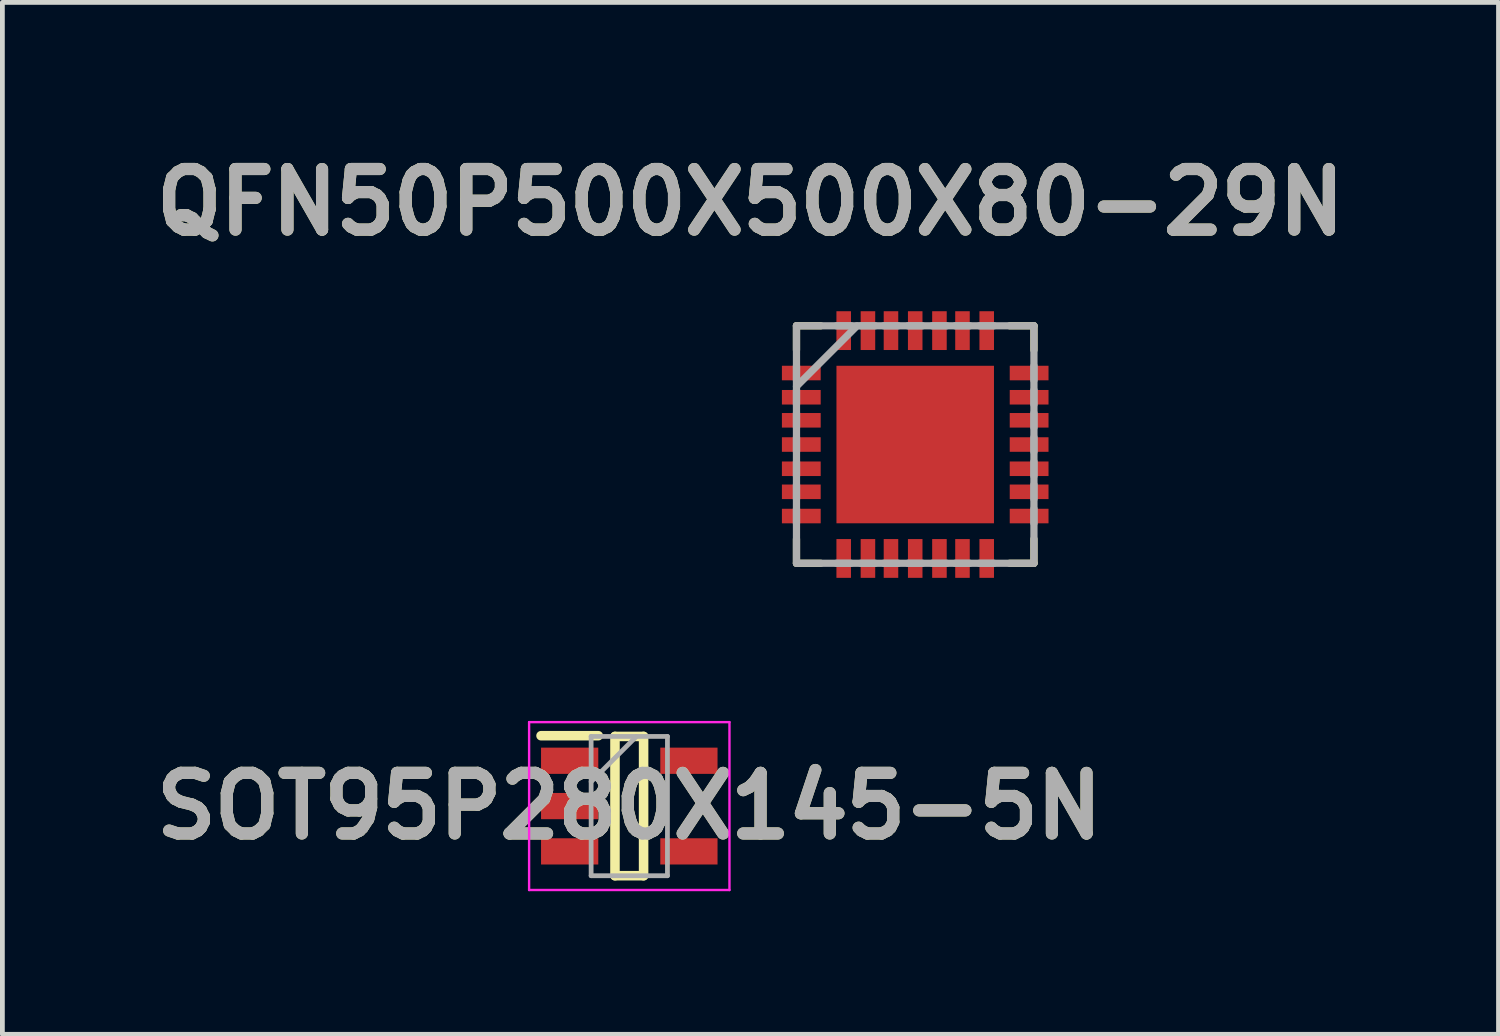
<source format=kicad_pcb>
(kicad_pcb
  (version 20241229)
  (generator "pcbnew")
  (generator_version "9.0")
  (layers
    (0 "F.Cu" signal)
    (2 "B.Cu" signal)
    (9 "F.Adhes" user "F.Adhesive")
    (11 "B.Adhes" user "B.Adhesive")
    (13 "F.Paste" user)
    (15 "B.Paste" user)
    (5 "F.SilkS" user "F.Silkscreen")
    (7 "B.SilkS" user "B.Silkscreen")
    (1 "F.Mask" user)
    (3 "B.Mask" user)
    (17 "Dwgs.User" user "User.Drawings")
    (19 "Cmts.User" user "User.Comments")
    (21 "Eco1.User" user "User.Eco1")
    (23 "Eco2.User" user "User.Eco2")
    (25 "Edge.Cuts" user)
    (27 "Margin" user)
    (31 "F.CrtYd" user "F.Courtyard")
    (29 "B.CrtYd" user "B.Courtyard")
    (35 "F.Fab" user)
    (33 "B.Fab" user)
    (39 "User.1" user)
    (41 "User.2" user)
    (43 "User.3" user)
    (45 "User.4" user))
  (footprint "SOT95P280X145-5N"
    (layer "F.Cu")
    (at 10.142 13.848)
    (property "Reference" "SOT95P280X145-5N" (at 0 0 0) (layer "F.SilkS") (effects (font (size 1.27 1.27) (thickness 0.254))))
    (attr smd)
    (fp_line (start -1.85 -1.475) (end -0.65 -1.475) (stroke (width 0.2) (type solid)) (layer "F.SilkS"))
    (fp_line (start -0.3 -1.46) (end 0.3 -1.46) (stroke (width 0.2) (type solid)) (layer "F.SilkS"))
    (fp_line (start -0.3 1.46) (end -0.3 -1.46) (stroke (width 0.2) (type solid)) (layer "F.SilkS"))
    (fp_line (start 0.3 -1.46) (end 0.3 1.46) (stroke (width 0.2) (type solid)) (layer "F.SilkS"))
    (fp_line (start 0.3 1.46) (end -0.3 1.46) (stroke (width 0.2) (type solid)) (layer "F.SilkS"))
    (fp_line (start -2.1 -1.76) (end 2.1 -1.76) (stroke (width 0.05) (type solid)) (layer "F.CrtYd"))
    (fp_line (start -2.1 1.76) (end -2.1 -1.76) (stroke (width 0.05) (type solid)) (layer "F.CrtYd"))
    (fp_line (start 2.1 -1.76) (end 2.1 1.76) (stroke (width 0.05) (type solid)) (layer "F.CrtYd"))
    (fp_line (start 2.1 1.76) (end -2.1 1.76) (stroke (width 0.05) (type solid)) (layer "F.CrtYd"))
    (fp_line (start -0.8 -1.46) (end 0.8 -1.46) (stroke (width 0.1) (type solid)) (layer "F.Fab"))
    (fp_line (start -0.8 -0.51) (end 0.15 -1.46) (stroke (width 0.1) (type solid)) (layer "F.Fab"))
    (fp_line (start -0.8 1.46) (end -0.8 -1.46) (stroke (width 0.1) (type solid)) (layer "F.Fab"))
    (fp_line (start 0.8 -1.46) (end 0.8 1.46) (stroke (width 0.1) (type solid)) (layer "F.Fab"))
    (fp_line (start 0.8 1.46) (end -0.8 1.46) (stroke (width 0.1) (type solid)) (layer "F.Fab"))
    (fp_text user "${REFERENCE}" (at 0 0 0) (layer "F.Fab") (effects (font (size 1.27 1.27) (thickness 0.254))))
    (pad "1" smd rect (at -1.25 -0.95 90) (size 0.55 1.2) (layers "F.Cu" "F.Mask" "F.Paste"))
    (pad "2" smd rect (at -1.25 0 90) (size 0.55 1.2) (layers "F.Cu" "F.Mask" "F.Paste"))
    (pad "3" smd rect (at -1.25 0.95 90) (size 0.55 1.2) (layers "F.Cu" "F.Mask" "F.Paste"))
    (pad "4" smd rect (at 1.25 0.95 90) (size 0.55 1.2) (layers "F.Cu" "F.Mask" "F.Paste"))
    (pad "5" smd rect (at 1.25 -0.95 90) (size 0.55 1.2) (layers "F.Cu" "F.Mask" "F.Paste")))
  (footprint "QFN50P500X500X80-29N"
    (layer "F.Cu")
    (at 16.136 6.269)
    (property "Reference" "QFN50P500X500X80-29N" (at -3.454 -5.08 0) (layer "F.SilkS") (effects (font (size 1.27 1.27) (thickness 0.254))))
    (attr smd)
    (fp_line (start -2.489 -2.489) (end -2.489 -1.981) (stroke (width 0.152) (type solid)) (layer "F.SilkS"))
    (fp_line (start -2.489 1.981) (end -2.489 2.489) (stroke (width 0.152) (type solid)) (layer "F.SilkS"))
    (fp_line (start -2.489 2.489) (end -1.981 2.489) (stroke (width 0.152) (type solid)) (layer "F.SilkS"))
    (fp_line (start -1.981 -2.489) (end -2.489 -2.489) (stroke (width 0.152) (type solid)) (layer "F.SilkS"))
    (fp_line (start 1.981 2.489) (end 2.489 2.489) (stroke (width 0.152) (type solid)) (layer "F.SilkS"))
    (fp_line (start 2.489 -2.489) (end 1.981 -2.489) (stroke (width 0.152) (type solid)) (layer "F.SilkS"))
    (fp_line (start 2.489 -1.981) (end 2.489 -2.489) (stroke (width 0.152) (type solid)) (layer "F.SilkS"))
    (fp_line (start 2.489 2.489) (end 2.489 1.981) (stroke (width 0.152) (type solid)) (layer "F.SilkS"))
    (fp_line (start -2.489 -2.489) (end -2.489 2.489) (stroke (width 0.152) (type solid)) (layer "F.Fab"))
    (fp_line (start -2.489 -1.651) (end -2.489 -1.346) (stroke (width 0.152) (type solid)) (layer "F.Fab"))
    (fp_line (start -2.489 -1.219) (end -1.219 -2.489) (stroke (width 0.152) (type solid)) (layer "F.Fab"))
    (fp_line (start -2.489 -1.143) (end -2.489 -0.838) (stroke (width 0.152) (type solid)) (layer "F.Fab"))
    (fp_line (start -2.489 -0.66) (end -2.489 -0.356) (stroke (width 0.152) (type solid)) (layer "F.Fab"))
    (fp_line (start -2.489 -0.152) (end -2.489 0.152) (stroke (width 0.152) (type solid)) (layer "F.Fab"))
    (fp_line (start -2.489 0.356) (end -2.489 0.66) (stroke (width 0.152) (type solid)) (layer "F.Fab"))
    (fp_line (start -2.489 0.838) (end -2.489 1.143) (stroke (width 0.152) (type solid)) (layer "F.Fab"))
    (fp_line (start -2.489 1.346) (end -2.489 1.651) (stroke (width 0.152) (type solid)) (layer "F.Fab"))
    (fp_line (start -2.489 2.489) (end 2.489 2.489) (stroke (width 0.152) (type solid)) (layer "F.Fab"))
    (fp_line (start -1.651 2.489) (end -1.346 2.489) (stroke (width 0.152) (type solid)) (layer "F.Fab"))
    (fp_line (start -1.346 -2.489) (end -1.651 -2.489) (stroke (width 0.152) (type solid)) (layer "F.Fab"))
    (fp_line (start -1.143 2.489) (end -0.838 2.489) (stroke (width 0.152) (type solid)) (layer "F.Fab"))
    (fp_line (start -0.838 -2.489) (end -1.143 -2.489) (stroke (width 0.152) (type solid)) (layer "F.Fab"))
    (fp_line (start -0.66 2.489) (end -0.356 2.489) (stroke (width 0.152) (type solid)) (layer "F.Fab"))
    (fp_line (start -0.356 -2.489) (end -0.66 -2.489) (stroke (width 0.152) (type solid)) (layer "F.Fab"))
    (fp_line (start -0.152 2.489) (end 0.152 2.489) (stroke (width 0.152) (type solid)) (layer "F.Fab"))
    (fp_line (start 0.152 -2.489) (end -0.152 -2.489) (stroke (width 0.152) (type solid)) (layer "F.Fab"))
    (fp_line (start 0.356 2.489) (end 0.66 2.489) (stroke (width 0.152) (type solid)) (layer "F.Fab"))
    (fp_line (start 0.66 -2.489) (end 0.356 -2.489) (stroke (width 0.152) (type solid)) (layer "F.Fab"))
    (fp_line (start 0.838 2.489) (end 1.143 2.489) (stroke (width 0.152) (type solid)) (layer "F.Fab"))
    (fp_line (start 1.143 -2.489) (end 0.838 -2.489) (stroke (width 0.152) (type solid)) (layer "F.Fab"))
    (fp_line (start 1.346 2.489) (end 1.651 2.489) (stroke (width 0.152) (type solid)) (layer "F.Fab"))
    (fp_line (start 1.651 -2.489) (end 1.346 -2.489) (stroke (width 0.152) (type solid)) (layer "F.Fab"))
    (fp_line (start 2.489 -2.489) (end -2.489 -2.489) (stroke (width 0.152) (type solid)) (layer "F.Fab"))
    (fp_line (start 2.489 -1.346) (end 2.489 -1.651) (stroke (width 0.152) (type solid)) (layer "F.Fab"))
    (fp_line (start 2.489 -0.838) (end 2.489 -1.143) (stroke (width 0.152) (type solid)) (layer "F.Fab"))
    (fp_line (start 2.489 -0.356) (end 2.489 -0.66) (stroke (width 0.152) (type solid)) (layer "F.Fab"))
    (fp_line (start 2.489 0.152) (end 2.489 -0.152) (stroke (width 0.152) (type solid)) (layer "F.Fab"))
    (fp_line (start 2.489 0.66) (end 2.489 0.356) (stroke (width 0.152) (type solid)) (layer "F.Fab"))
    (fp_line (start 2.489 1.143) (end 2.489 0.838) (stroke (width 0.152) (type solid)) (layer "F.Fab"))
    (fp_line (start 2.489 1.651) (end 2.489 1.346) (stroke (width 0.152) (type solid)) (layer "F.Fab"))
    (fp_line (start 2.489 2.489) (end 2.489 -2.489) (stroke (width 0.152) (type solid)) (layer "F.Fab"))
    (fp_text user "${REFERENCE}" (at -3.454 -5.08 0) (layer "F.Fab") (effects (font (size 1.27 1.27) (thickness 0.254))))
    (pad "1" smd rect (at -2.388 -1.499 90) (size 0.305 0.813) (layers "F.Cu" "F.Mask" "F.Paste"))
    (pad "2" smd rect (at -2.388 -0.991 90) (size 0.305 0.813) (layers "F.Cu" "F.Mask" "F.Paste"))
    (pad "3" smd rect (at -2.388 -0.508 90) (size 0.305 0.813) (layers "F.Cu" "F.Mask" "F.Paste"))
    (pad "4" smd rect (at -2.388 0 90) (size 0.305 0.813) (layers "F.Cu" "F.Mask" "F.Paste"))
    (pad "5" smd rect (at -2.388 0.508 90) (size 0.305 0.813) (layers "F.Cu" "F.Mask" "F.Paste"))
    (pad "6" smd rect (at -2.388 0.991 90) (size 0.305 0.813) (layers "F.Cu" "F.Mask" "F.Paste"))
    (pad "7" smd rect (at -2.388 1.499 90) (size 0.305 0.813) (layers "F.Cu" "F.Mask" "F.Paste"))
    (pad "8" smd rect (at -1.499 2.388) (size 0.305 0.813) (layers "F.Cu" "F.Mask" "F.Paste"))
    (pad "9" smd rect (at -0.991 2.388) (size 0.305 0.813) (layers "F.Cu" "F.Mask" "F.Paste"))
    (pad "10" smd rect (at -0.508 2.388) (size 0.305 0.813) (layers "F.Cu" "F.Mask" "F.Paste"))
    (pad "11" smd rect (at 0 2.388) (size 0.305 0.813) (layers "F.Cu" "F.Mask" "F.Paste"))
    (pad "12" smd rect (at 0.508 2.388) (size 0.305 0.813) (layers "F.Cu" "F.Mask" "F.Paste"))
    (pad "13" smd rect (at 0.991 2.388) (size 0.305 0.813) (layers "F.Cu" "F.Mask" "F.Paste"))
    (pad "14" smd rect (at 1.499 2.388) (size 0.305 0.813) (layers "F.Cu" "F.Mask" "F.Paste"))
    (pad "15" smd rect (at 2.388 1.499 90) (size 0.305 0.813) (layers "F.Cu" "F.Mask" "F.Paste"))
    (pad "16" smd rect (at 2.388 0.991 90) (size 0.305 0.813) (layers "F.Cu" "F.Mask" "F.Paste"))
    (pad "17" smd rect (at 2.388 0.508 90) (size 0.305 0.813) (layers "F.Cu" "F.Mask" "F.Paste"))
    (pad "18" smd rect (at 2.388 0 90) (size 0.305 0.813) (layers "F.Cu" "F.Mask" "F.Paste"))
    (pad "19" smd rect (at 2.388 -0.508 90) (size 0.305 0.813) (layers "F.Cu" "F.Mask" "F.Paste"))
    (pad "20" smd rect (at 2.388 -0.991 90) (size 0.305 0.813) (layers "F.Cu" "F.Mask" "F.Paste"))
    (pad "21" smd rect (at 2.388 -1.499 90) (size 0.305 0.813) (layers "F.Cu" "F.Mask" "F.Paste"))
    (pad "22" smd rect (at 1.499 -2.388) (size 0.305 0.813) (layers "F.Cu" "F.Mask" "F.Paste"))
    (pad "23" smd rect (at 0.991 -2.388) (size 0.305 0.813) (layers "F.Cu" "F.Mask" "F.Paste"))
    (pad "24" smd rect (at 0.508 -2.388) (size 0.305 0.813) (layers "F.Cu" "F.Mask" "F.Paste"))
    (pad "25" smd rect (at 0 -2.388) (size 0.305 0.813) (layers "F.Cu" "F.Mask" "F.Paste"))
    (pad "26" smd rect (at -0.508 -2.388) (size 0.305 0.813) (layers "F.Cu" "F.Mask" "F.Paste"))
    (pad "27" smd rect (at -0.991 -2.388) (size 0.305 0.813) (layers "F.Cu" "F.Mask" "F.Paste"))
    (pad "28" smd rect (at -1.499 -2.388) (size 0.305 0.813) (layers "F.Cu" "F.Mask" "F.Paste"))
    (pad "29" smd rect (at 0 0 90) (size 3.302 3.302) (layers "F.Cu" "F.Mask" "F.Paste")))
  (gr_rect
    (start -3 -3)
    (end 28.364 18.633)
    (stroke (width 0.1) (type default))
    (fill no)
    (layer "Edge.Cuts")))
</source>
